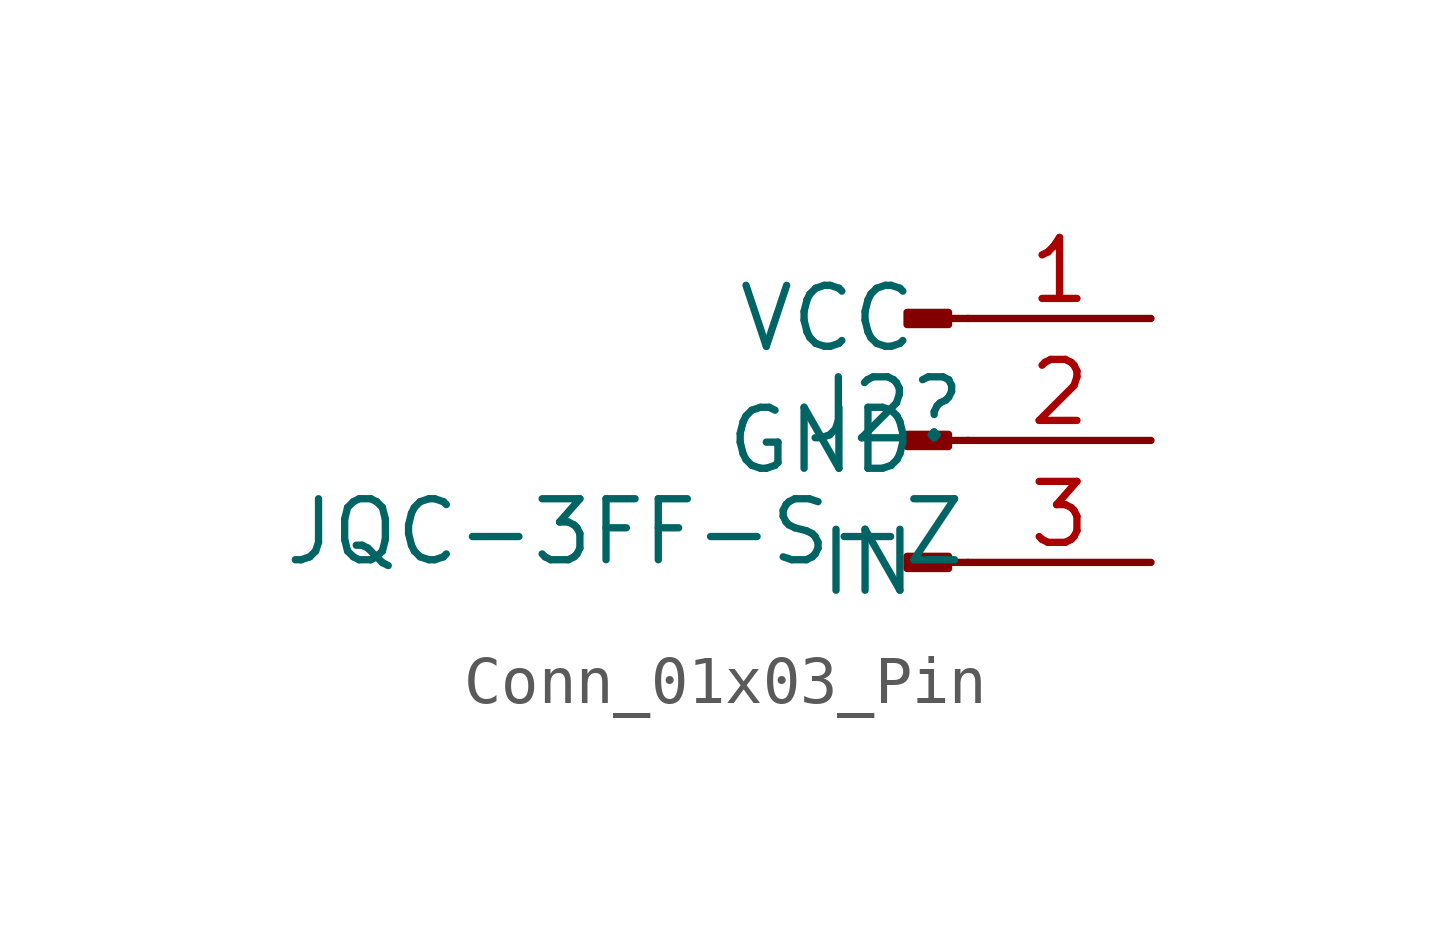
<source format=kicad_sym>
(kicad_symbol_lib
  (version 20220914)
  (generator kicad_symbol_editor)
  (symbol "Conn_01x03_Pin"
    (pin_names
      (offset 1.016))
    (property "Reference" "J2"
      (at 1.27 0.635 0)
      (effects (font (size 1.27 1.27)) (justify right)))
    (property "Value" "JQC-3FF-S-Z"
      (at 1.27 -1.905 0)
      (effects (font (size 1.27 1.27)) (justify right)))
    (property "ki_locked" ""
      (at 0 0 0)
      (effects (font (size 1.27 1.27))))
    (symbol "Conn_01x03_Pin_1_1"
      (polyline (pts (xy 1.27 -2.54) (xy 0.864 -2.54)) (stroke (width 0.152) (type default)) (fill (type none)))
      (polyline (pts (xy 1.27 0) (xy 0.864 0)) (stroke (width 0.152) (type default)) (fill (type none)))
      (polyline (pts (xy 1.27 2.54) (xy 0.864 2.54)) (stroke (width 0.152) (type default)) (fill (type none)))
      (rectangle (start 0.864 -2.413) (end 0 -2.667) (stroke (width 0.152) (type default)) (fill (type outline)))
      (rectangle (start 0.864 0.127) (end 0 -0.127) (stroke (width 0.152) (type default)) (fill (type outline)))
      (rectangle (start 0.864 2.667) (end 0 2.413) (stroke (width 0.152) (type default)) (fill (type outline)))
      (pin passive line (at 5.08 2.54 180) (length 3.81) (name "VCC" (effects (font (size 1.27 1.27)))) (number "1" (effects (font (size 1.27 1.27)))))
      (pin passive line (at 5.08 0 180) (length 3.81) (name "GND" (effects (font (size 1.27 1.27)))) (number "2" (effects (font (size 1.27 1.27)))))
      (pin passive line (at 5.08 -2.54 180) (length 3.81) (name "IN" (effects (font (size 1.27 1.27)))) (number "3" (effects (font (size 1.27 1.27))))))))
</source>
